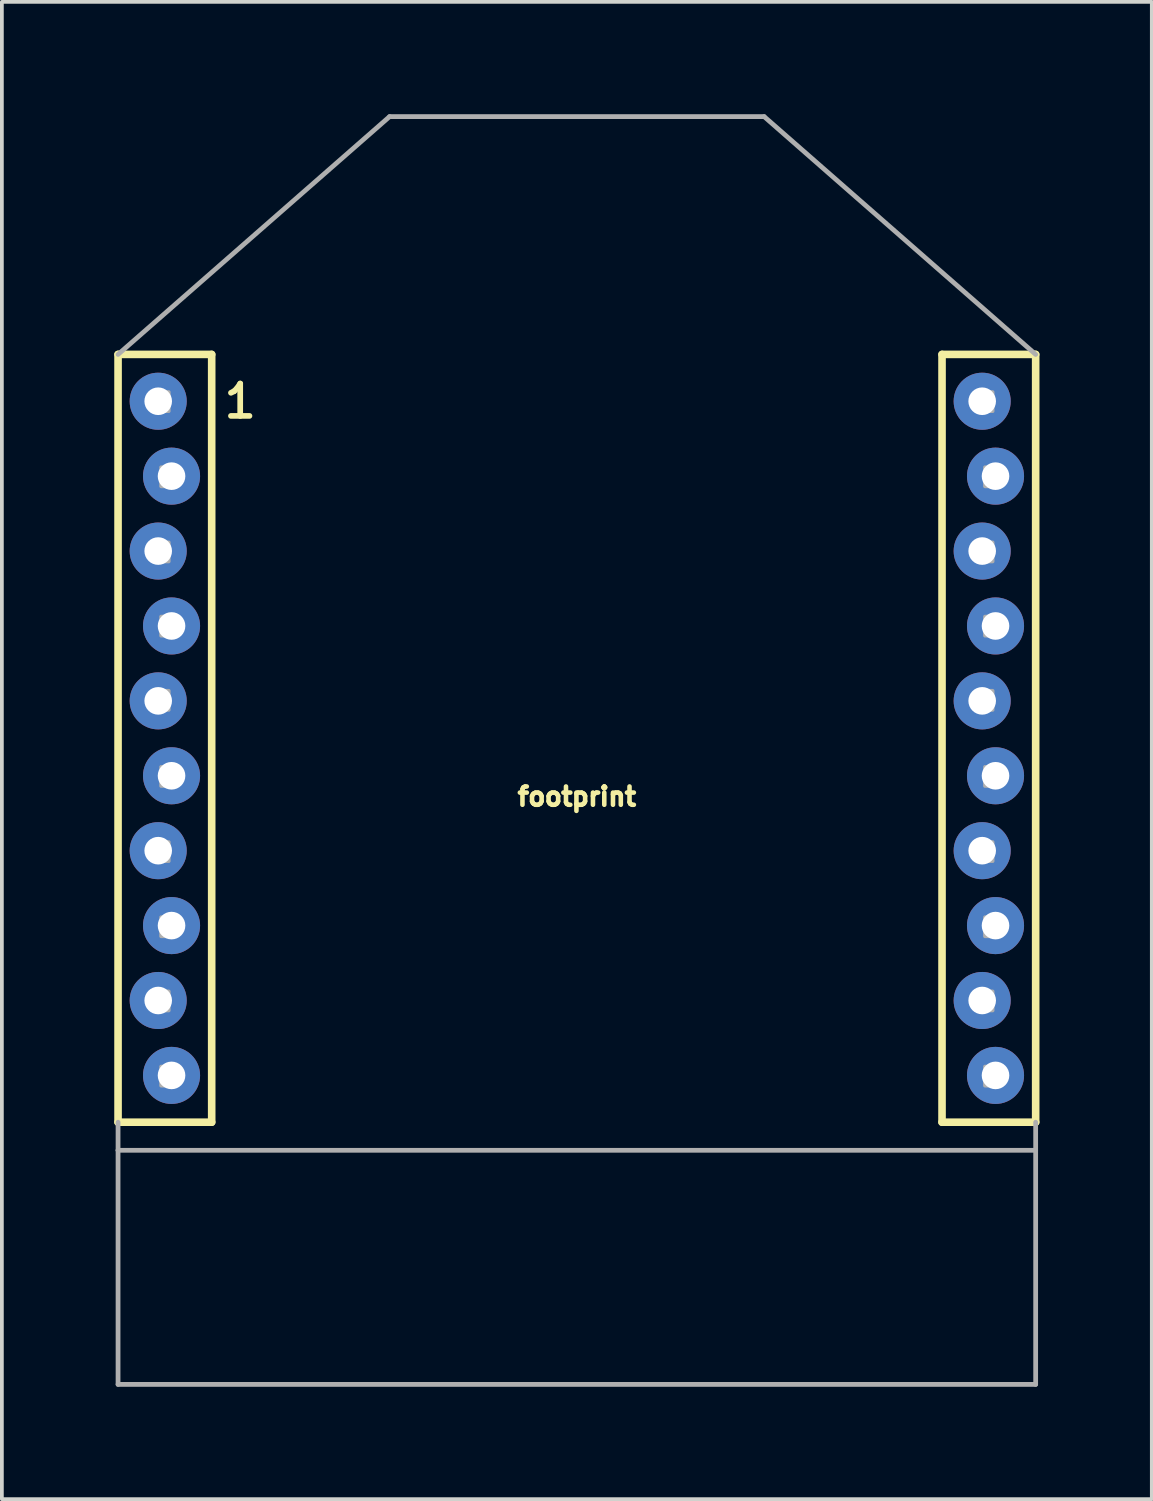
<source format=kicad_pcb>
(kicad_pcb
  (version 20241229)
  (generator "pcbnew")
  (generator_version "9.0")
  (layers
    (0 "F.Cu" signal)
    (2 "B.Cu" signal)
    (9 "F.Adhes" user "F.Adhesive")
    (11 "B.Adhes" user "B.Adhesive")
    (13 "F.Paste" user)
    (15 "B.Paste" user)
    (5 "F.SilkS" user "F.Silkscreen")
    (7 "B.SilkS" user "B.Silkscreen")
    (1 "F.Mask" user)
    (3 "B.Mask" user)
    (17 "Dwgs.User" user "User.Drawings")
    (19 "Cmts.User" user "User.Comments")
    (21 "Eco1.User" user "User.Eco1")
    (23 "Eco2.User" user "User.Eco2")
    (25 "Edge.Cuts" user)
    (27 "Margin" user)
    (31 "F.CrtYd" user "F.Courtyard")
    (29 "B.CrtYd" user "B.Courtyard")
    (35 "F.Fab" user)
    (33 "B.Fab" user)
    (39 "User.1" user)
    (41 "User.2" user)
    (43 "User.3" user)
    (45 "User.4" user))
  (footprint "footprint"
    (layer "F.Cu")
    (at 12.352 27.663)
    (property "Reference" "footprint" (at 0 -9.16 0) (layer "F.SilkS") (effects (font (size 0.488 0.488) (thickness 0.122)) (justify bottom)))
    (fp_line (start -12.25 -21.25) (end -12.25 -0.75) (stroke (width 0.203) (type solid)) (layer "F.SilkS"))
    (fp_line (start -12.25 -0.75) (end -9.75 -0.75) (stroke (width 0.203) (type solid)) (layer "F.SilkS"))
    (fp_line (start -9.75 -21.25) (end -12.25 -21.25) (stroke (width 0.203) (type solid)) (layer "F.SilkS"))
    (fp_line (start -9.75 -21.25) (end -9.75 -0.75) (stroke (width 0.203) (type solid)) (layer "F.SilkS"))
    (fp_line (start 9.75 -21.25) (end 9.75 -0.75) (stroke (width 0.203) (type solid)) (layer "F.SilkS"))
    (fp_line (start 9.75 -21.25) (end 12.25 -21.25) (stroke (width 0.203) (type solid)) (layer "F.SilkS"))
    (fp_line (start 12.25 -21.25) (end 12.25 -0.75) (stroke (width 0.203) (type solid)) (layer "F.SilkS"))
    (fp_line (start 12.25 -0.75) (end 9.75 -0.75) (stroke (width 0.203) (type solid)) (layer "F.SilkS"))
    (fp_line (start -12.25 -21.25) (end -5 -27.6) (stroke (width 0.127) (type solid)) (layer "F.Fab"))
    (fp_line (start -12.25 -0.75) (end -12.25 0) (stroke (width 0.127) (type solid)) (layer "F.Fab"))
    (fp_line (start -12.25 0) (end -12.25 6.25) (stroke (width 0.127) (type solid)) (layer "F.Fab"))
    (fp_line (start -12.25 0) (end 12.25 0) (stroke (width 0.127) (type solid)) (layer "F.Fab"))
    (fp_line (start -12.25 6.25) (end 12.25 6.25) (stroke (width 0.127) (type solid)) (layer "F.Fab"))
    (fp_line (start -5 -27.6) (end 5 -27.6) (stroke (width 0.127) (type solid)) (layer "F.Fab"))
    (fp_line (start 12.25 -21.25) (end 5 -27.6) (stroke (width 0.127) (type solid)) (layer "F.Fab"))
    (fp_line (start 12.25 -0.75) (end 12.25 0) (stroke (width 0.127) (type solid)) (layer "F.Fab"))
    (fp_line (start 12.25 0) (end 12.25 6.25) (stroke (width 0.127) (type solid)) (layer "F.Fab"))
    (fp_poly (pts (xy -11.1 -19.736) (xy -10.897 -19.736) (xy -10.897 -20.244) (xy -11.1 -20.244)) (stroke (width 0.1) (type solid)) (fill no) (layer "F.Fab"))
    (fp_poly (pts (xy -11.1 -17.729) (xy -10.897 -17.729) (xy -10.897 -18.237) (xy -11.1 -18.237)) (stroke (width 0.1) (type solid)) (fill no) (layer "F.Fab"))
    (fp_poly (pts (xy -11.1 -15.723) (xy -10.897 -15.723) (xy -10.897 -16.231) (xy -11.1 -16.231)) (stroke (width 0.1) (type solid)) (fill no) (layer "F.Fab"))
    (fp_poly (pts (xy -11.1 -13.741) (xy -10.897 -13.741) (xy -10.897 -14.249) (xy -11.1 -14.249)) (stroke (width 0.1) (type solid)) (fill no) (layer "F.Fab"))
    (fp_poly (pts (xy -11.1 -11.76) (xy -10.897 -11.76) (xy -10.897 -12.268) (xy -11.1 -12.268)) (stroke (width 0.1) (type solid)) (fill no) (layer "F.Fab"))
    (fp_poly (pts (xy -11.1 -9.728) (xy -10.897 -9.728) (xy -10.897 -10.236) (xy -11.1 -10.236)) (stroke (width 0.1) (type solid)) (fill no) (layer "F.Fab"))
    (fp_poly (pts (xy -11.1 -7.722) (xy -10.897 -7.722) (xy -10.897 -8.23) (xy -11.1 -8.23)) (stroke (width 0.1) (type solid)) (fill no) (layer "F.Fab"))
    (fp_poly (pts (xy -11.1 -5.715) (xy -10.897 -5.715) (xy -10.897 -6.223) (xy -11.1 -6.223)) (stroke (width 0.1) (type solid)) (fill no) (layer "F.Fab"))
    (fp_poly (pts (xy -11.1 -3.734) (xy -10.897 -3.734) (xy -10.897 -4.242) (xy -11.1 -4.242)) (stroke (width 0.1) (type solid)) (fill no) (layer "F.Fab"))
    (fp_poly (pts (xy -11.1 -1.727) (xy -10.897 -1.727) (xy -10.897 -2.235) (xy -11.1 -2.235)) (stroke (width 0.1) (type solid)) (fill no) (layer "F.Fab"))
    (fp_poly (pts (xy 10.897 -19.736) (xy 11.1 -19.736) (xy 11.1 -20.244) (xy 10.897 -20.244)) (stroke (width 0.1) (type solid)) (fill no) (layer "F.Fab"))
    (fp_poly (pts (xy 10.897 -17.729) (xy 11.1 -17.729) (xy 11.1 -18.237) (xy 10.897 -18.237)) (stroke (width 0.1) (type solid)) (fill no) (layer "F.Fab"))
    (fp_poly (pts (xy 10.897 -15.723) (xy 11.1 -15.723) (xy 11.1 -16.231) (xy 10.897 -16.231)) (stroke (width 0.1) (type solid)) (fill no) (layer "F.Fab"))
    (fp_poly (pts (xy 10.897 -13.741) (xy 11.1 -13.741) (xy 11.1 -14.249) (xy 10.897 -14.249)) (stroke (width 0.1) (type solid)) (fill no) (layer "F.Fab"))
    (fp_poly (pts (xy 10.897 -11.76) (xy 11.1 -11.76) (xy 11.1 -12.268) (xy 10.897 -12.268)) (stroke (width 0.1) (type solid)) (fill no) (layer "F.Fab"))
    (fp_poly (pts (xy 10.897 -9.728) (xy 11.1 -9.728) (xy 11.1 -10.236) (xy 10.897 -10.236)) (stroke (width 0.1) (type solid)) (fill no) (layer "F.Fab"))
    (fp_poly (pts (xy 10.897 -7.722) (xy 11.1 -7.722) (xy 11.1 -8.23) (xy 10.897 -8.23)) (stroke (width 0.1) (type solid)) (fill no) (layer "F.Fab"))
    (fp_poly (pts (xy 10.897 -5.715) (xy 11.1 -5.715) (xy 11.1 -6.223) (xy 10.897 -6.223)) (stroke (width 0.1) (type solid)) (fill no) (layer "F.Fab"))
    (fp_poly (pts (xy 10.897 -3.734) (xy 11.1 -3.734) (xy 11.1 -4.242) (xy 10.897 -4.242)) (stroke (width 0.1) (type solid)) (fill no) (layer "F.Fab"))
    (fp_poly (pts (xy 10.897 -1.727) (xy 11.1 -1.727) (xy 11.1 -2.235) (xy 10.897 -2.235)) (stroke (width 0.1) (type solid)) (fill no) (layer "F.Fab"))
    (fp_text user "1" (at -9.5 -20 0) (layer "F.SilkS") (effects (font (size 0.864 0.864) (thickness 0.152)) (justify left)))
    (pad "1" thru_hole circle (at -11.178 -20) (size 1.524 1.524) (drill 0.737) (layers "*.Cu" "*.Mask"))
    (pad "2" thru_hole circle (at -10.822 -18) (size 1.524 1.524) (drill 0.737) (layers "*.Cu" "*.Mask"))
    (pad "3" thru_hole circle (at -11.178 -16) (size 1.524 1.524) (drill 0.737) (layers "*.Cu" "*.Mask"))
    (pad "4" thru_hole circle (at -10.822 -14) (size 1.524 1.524) (drill 0.737) (layers "*.Cu" "*.Mask"))
    (pad "5" thru_hole circle (at -11.178 -12) (size 1.524 1.524) (drill 0.737) (layers "*.Cu" "*.Mask"))
    (pad "6" thru_hole circle (at -10.822 -10) (size 1.524 1.524) (drill 0.737) (layers "*.Cu" "*.Mask"))
    (pad "7" thru_hole circle (at -11.178 -8) (size 1.524 1.524) (drill 0.737) (layers "*.Cu" "*.Mask"))
    (pad "8" thru_hole circle (at -10.822 -6) (size 1.524 1.524) (drill 0.737) (layers "*.Cu" "*.Mask"))
    (pad "9" thru_hole circle (at -11.178 -4) (size 1.524 1.524) (drill 0.737) (layers "*.Cu" "*.Mask"))
    (pad "10" thru_hole circle (at -10.822 -2) (size 1.524 1.524) (drill 0.737) (layers "*.Cu" "*.Mask"))
    (pad "11" thru_hole circle (at 11.178 -2) (size 1.524 1.524) (drill 0.737) (layers "*.Cu" "*.Mask"))
    (pad "12" thru_hole circle (at 10.822 -4) (size 1.524 1.524) (drill 0.737) (layers "*.Cu" "*.Mask"))
    (pad "13" thru_hole circle (at 11.178 -6) (size 1.524 1.524) (drill 0.737) (layers "*.Cu" "*.Mask"))
    (pad "14" thru_hole circle (at 10.822 -8) (size 1.524 1.524) (drill 0.737) (layers "*.Cu" "*.Mask"))
    (pad "15" thru_hole circle (at 11.178 -10) (size 1.524 1.524) (drill 0.737) (layers "*.Cu" "*.Mask"))
    (pad "16" thru_hole circle (at 10.822 -12) (size 1.524 1.524) (drill 0.737) (layers "*.Cu" "*.Mask"))
    (pad "17" thru_hole circle (at 11.178 -14) (size 1.524 1.524) (drill 0.737) (layers "*.Cu" "*.Mask"))
    (pad "18" thru_hole circle (at 10.822 -16) (size 1.524 1.524) (drill 0.737) (layers "*.Cu" "*.Mask"))
    (pad "19" thru_hole circle (at 11.178 -18) (size 1.524 1.524) (drill 0.737) (layers "*.Cu" "*.Mask"))
    (pad "20" thru_hole circle (at 10.822 -20) (size 1.524 1.524) (drill 0.737) (layers "*.Cu" "*.Mask")))
  (gr_rect
    (start -3 -3)
    (end 27.703 36.977)
    (stroke (width 0.1) (type default))
    (fill no)
    (layer "Edge.Cuts")))
</source>
